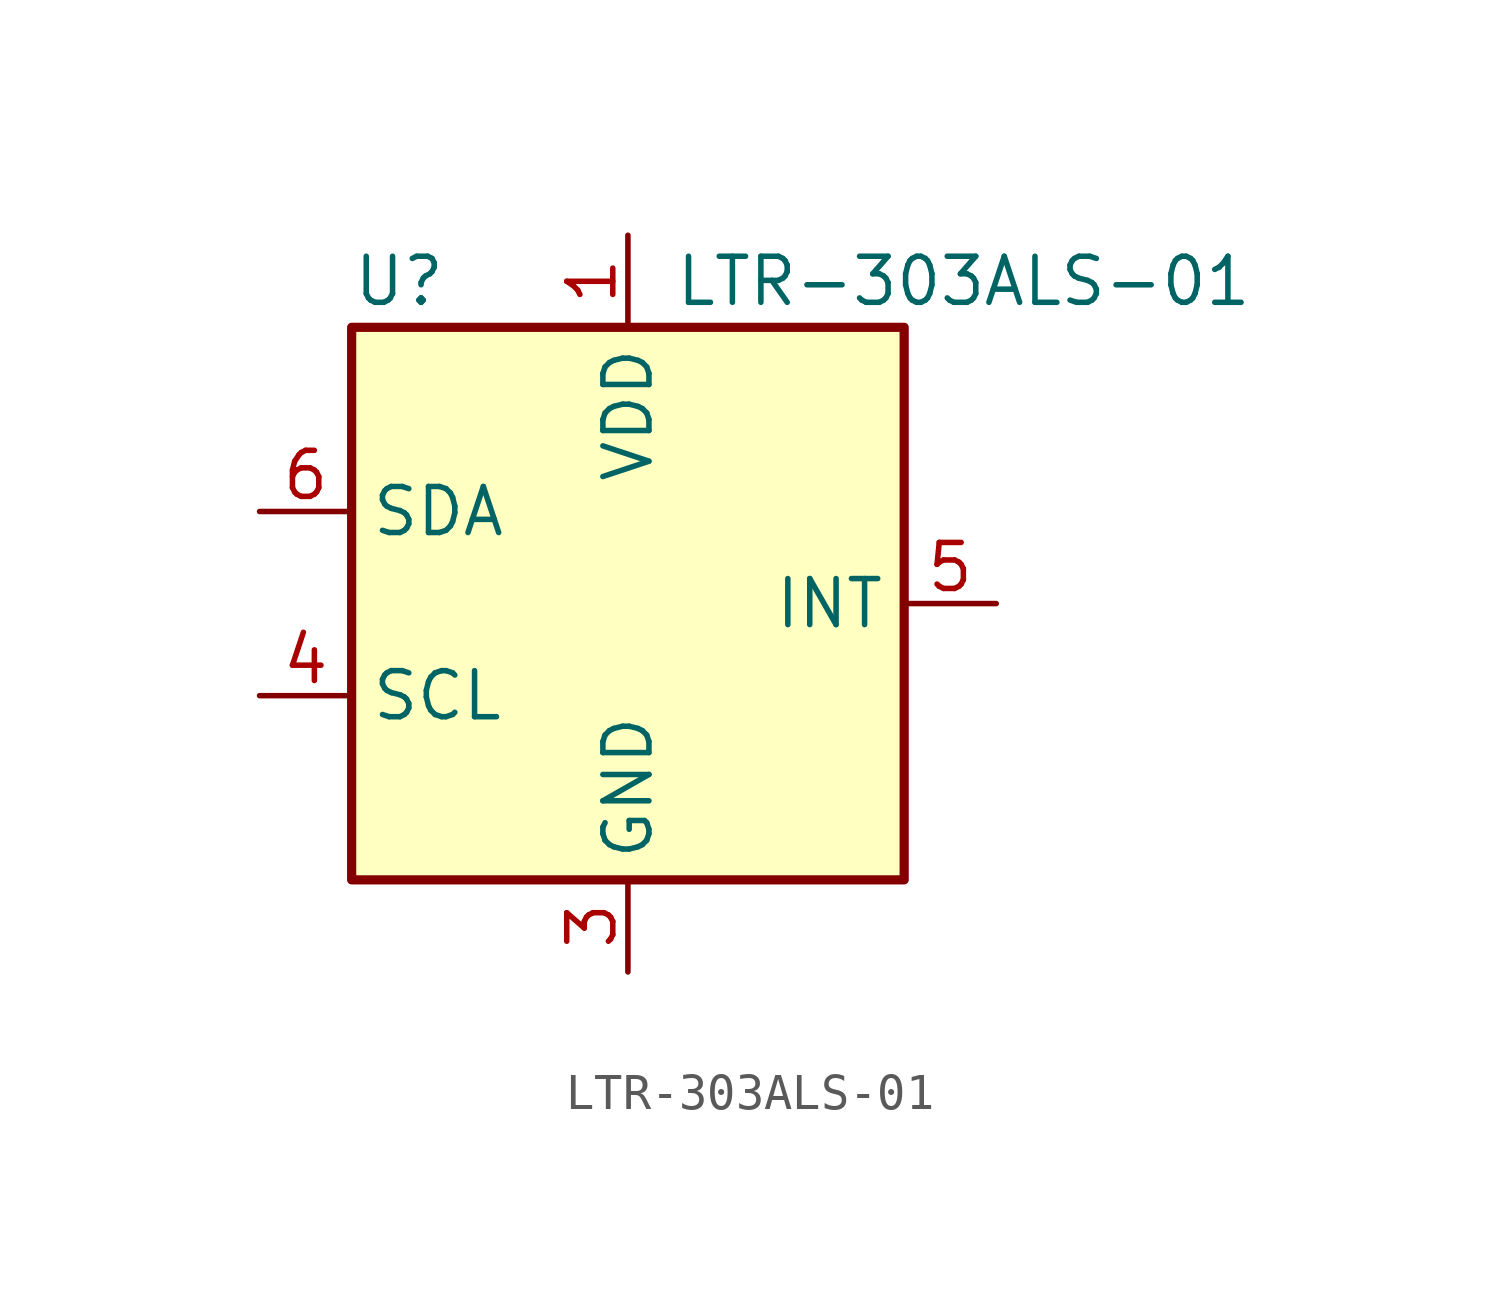
<source format=kicad_sym>
(kicad_symbol_lib
  (version 20220914)
  (generator kicad_symbol_editor)
  (symbol "LTR-303ALS-01"
    (property "Reference" "U"
      (at -7.62 8.89 0)
      (effects (font (size 1.27 1.27)) (justify left)))
    (property "Value" "LTR-303ALS-01"
      (at 1.27 8.89 0)
      (effects (font (size 1.27 1.27)) (justify left)))
    (symbol "LTR-303ALS-01_0_1"
      (rectangle (start -7.62 7.62) (end 7.62 -7.62) (stroke (width 0.254) (type default)) (fill (type background))))
    (symbol "LTR-303ALS-01_1_1"
      (pin power_in line (at 0 10.16 270) (length 2.54) (name "VDD" (effects (font (size 1.27 1.27)))) (number "1" (effects (font (size 1.27 1.27)))))
      (pin no_connect line (at 2.54 0 180) (length 2.54) hide (name "NC" (effects (font (size 1.27 1.27)))) (number "2" (effects (font (size 1.27 1.27)))))
      (pin power_in line (at 0 -10.16 90) (length 2.54) (name "GND" (effects (font (size 1.27 1.27)))) (number "3" (effects (font (size 1.27 1.27)))))
      (pin input line (at -10.16 -2.54 0) (length 2.54) (name "SCL" (effects (font (size 1.27 1.27)))) (number "4" (effects (font (size 1.27 1.27)))))
      (pin open_collector line (at 10.16 0 180) (length 2.54) (name "INT" (effects (font (size 1.27 1.27)))) (number "5" (effects (font (size 1.27 1.27)))))
      (pin bidirectional line (at -10.16 2.54 0) (length 2.54) (name "SDA" (effects (font (size 1.27 1.27)))) (number "6" (effects (font (size 1.27 1.27))))))))
</source>
